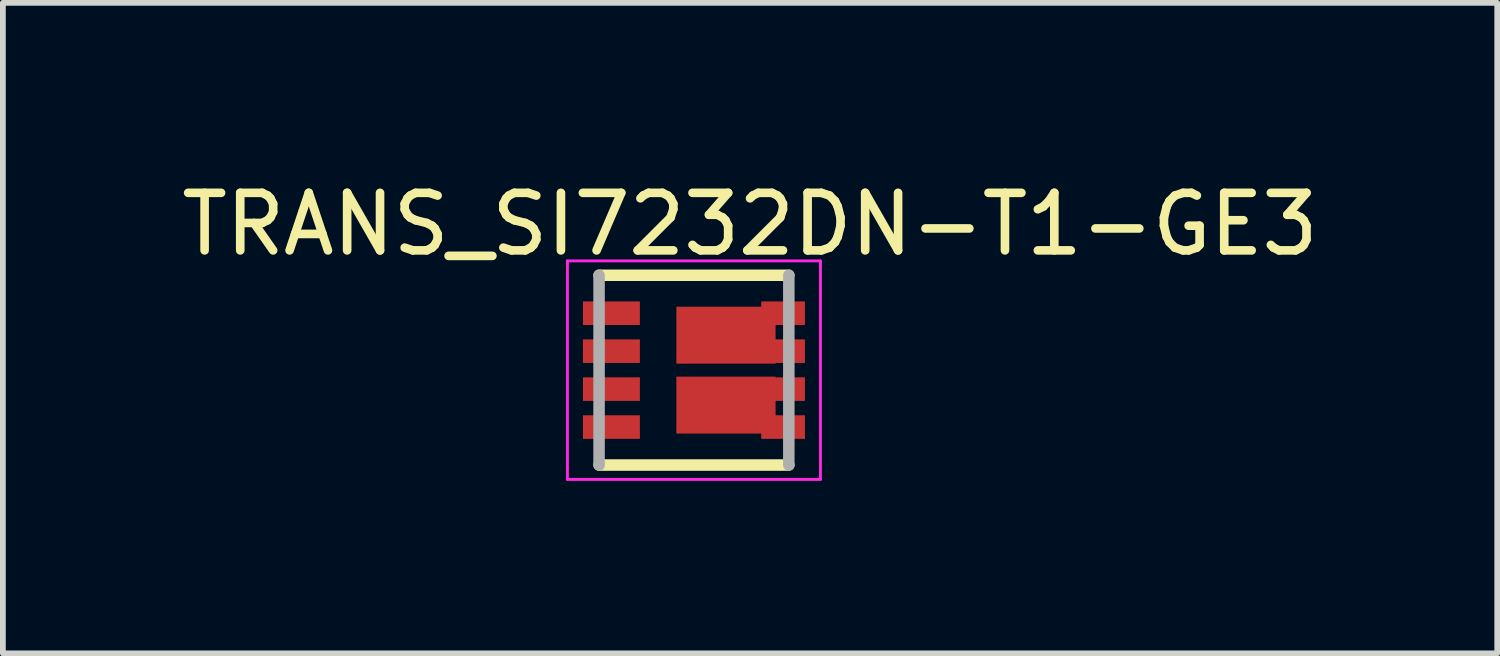
<source format=kicad_pcb>
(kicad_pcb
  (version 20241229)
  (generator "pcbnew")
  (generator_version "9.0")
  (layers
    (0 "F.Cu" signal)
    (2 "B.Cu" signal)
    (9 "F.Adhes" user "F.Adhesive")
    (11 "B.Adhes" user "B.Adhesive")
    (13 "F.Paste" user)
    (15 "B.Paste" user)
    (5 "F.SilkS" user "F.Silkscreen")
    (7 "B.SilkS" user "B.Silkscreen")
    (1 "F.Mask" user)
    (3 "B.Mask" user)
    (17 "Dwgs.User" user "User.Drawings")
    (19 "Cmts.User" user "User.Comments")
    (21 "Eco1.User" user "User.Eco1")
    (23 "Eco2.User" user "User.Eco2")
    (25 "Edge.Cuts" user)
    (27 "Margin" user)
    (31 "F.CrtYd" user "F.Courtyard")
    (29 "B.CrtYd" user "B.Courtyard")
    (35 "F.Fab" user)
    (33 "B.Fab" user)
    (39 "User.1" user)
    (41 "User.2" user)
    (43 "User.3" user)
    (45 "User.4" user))
  (footprint "TRANS_SI7232DN-T1-GE3"
    (layer "F.Cu")
    (at 9.018 3.387)
    (property "Reference" "TRANS_SI7232DN-T1-GE3" (at 0.976 -2.538 0) (layer "F.SilkS") (effects (font (size 1.001 1.001) (thickness 0.15))))
    (attr through_hole)
    (fp_line (start -1.65 -1.65) (end 1.65 -1.65) (stroke (width 0.2) (type solid)) (layer "F.SilkS"))
    (fp_line (start -1.65 1.65) (end 1.65 1.65) (stroke (width 0.2) (type solid)) (layer "F.SilkS"))
    (fp_line (start -2.2 -1.9) (end 2.2 -1.9) (stroke (width 0.05) (type solid)) (layer "F.CrtYd"))
    (fp_line (start -2.2 1.9) (end -2.2 -1.9) (stroke (width 0.05) (type solid)) (layer "F.CrtYd"))
    (fp_line (start 2.2 -1.9) (end 2.2 1.9) (stroke (width 0.05) (type solid)) (layer "F.CrtYd"))
    (fp_line (start 2.2 1.9) (end -2.2 1.9) (stroke (width 0.05) (type solid)) (layer "F.CrtYd"))
    (fp_line (start -1.65 -1.65) (end -1.65 1.65) (stroke (width 0.2) (type solid)) (layer "F.Fab"))
    (fp_line (start 1.65 -1.65) (end 1.65 1.65) (stroke (width 0.2) (type solid)) (layer "F.Fab"))
    (pad "1" smd rect (at -1.435 -0.99) (size 0.99 0.41) (layers "F.Cu" "F.Mask" "F.Paste"))
    (pad "2" smd rect (at -1.435 -0.33) (size 0.99 0.41) (layers "F.Cu" "F.Mask" "F.Paste"))
    (pad "3" smd rect (at -1.435 0.33) (size 0.99 0.41) (layers "F.Cu" "F.Mask" "F.Paste"))
    (pad "4" smd rect (at -1.435 0.99) (size 0.99 0.41) (layers "F.Cu" "F.Mask" "F.Paste"))
    (pad "5" smd rect (at 1.55 0.99 180) (size 0.76 0.41) (layers "F.Cu" "F.Mask" "F.Paste"))
    (pad "6" smd rect (at 1.55 0.33 180) (size 0.76 0.41) (layers "F.Cu" "F.Mask" "F.Paste"))
    (pad "7" smd rect (at 1.55 -0.33 180) (size 0.76 0.41) (layers "F.Cu" "F.Mask" "F.Paste"))
    (pad "8" smd rect (at 1.55 -0.99 180) (size 0.76 0.41) (layers "F.Cu" "F.Mask" "F.Paste"))
    (pad "9" smd rect (at 0.557 -0.608) (size 1.725 0.99) (layers "F.Cu" "F.Mask" "F.Paste"))
    (pad "10" smd rect (at 0.557 0.608) (size 1.725 0.99) (layers "F.Cu" "F.Mask" "F.Paste")))
  (gr_rect
    (start -3 -3)
    (end 22.988 8.312)
    (stroke (width 0.1) (type default))
    (fill no)
    (layer "Edge.Cuts")))
</source>
